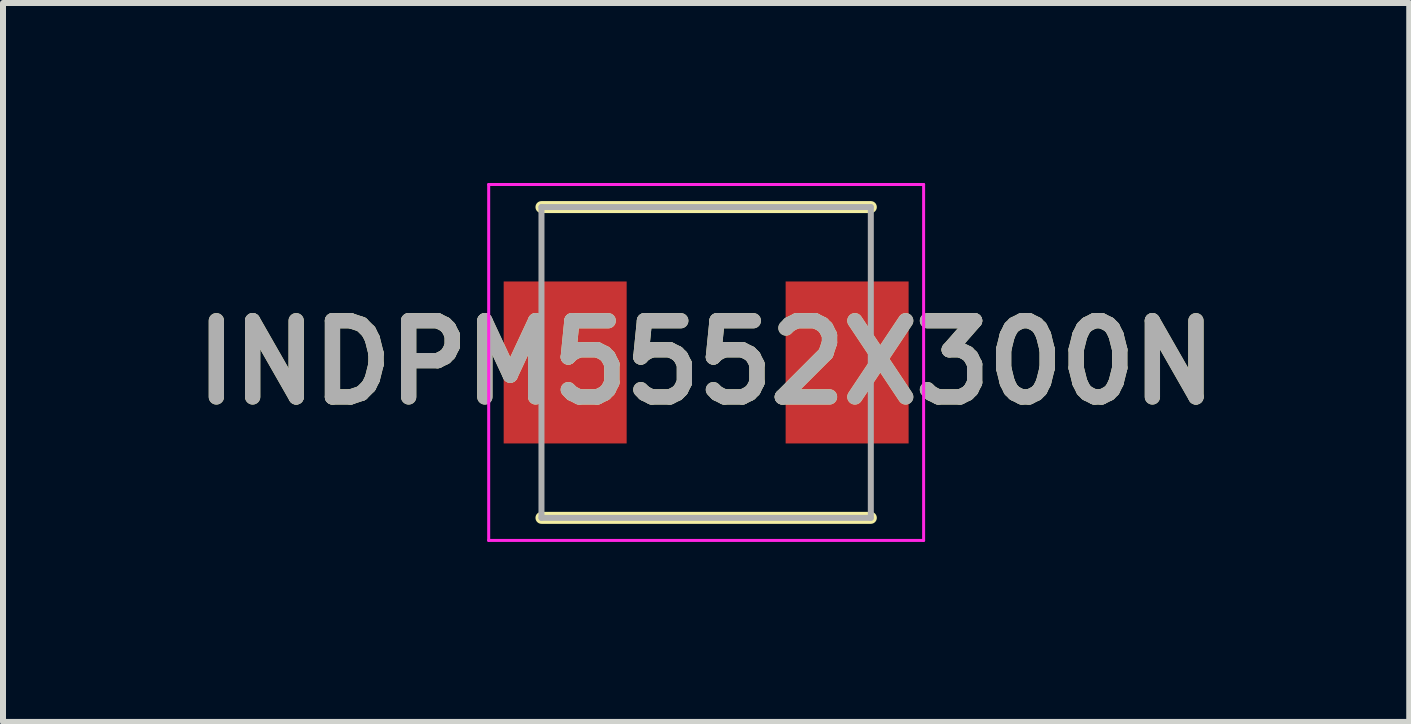
<source format=kicad_pcb>
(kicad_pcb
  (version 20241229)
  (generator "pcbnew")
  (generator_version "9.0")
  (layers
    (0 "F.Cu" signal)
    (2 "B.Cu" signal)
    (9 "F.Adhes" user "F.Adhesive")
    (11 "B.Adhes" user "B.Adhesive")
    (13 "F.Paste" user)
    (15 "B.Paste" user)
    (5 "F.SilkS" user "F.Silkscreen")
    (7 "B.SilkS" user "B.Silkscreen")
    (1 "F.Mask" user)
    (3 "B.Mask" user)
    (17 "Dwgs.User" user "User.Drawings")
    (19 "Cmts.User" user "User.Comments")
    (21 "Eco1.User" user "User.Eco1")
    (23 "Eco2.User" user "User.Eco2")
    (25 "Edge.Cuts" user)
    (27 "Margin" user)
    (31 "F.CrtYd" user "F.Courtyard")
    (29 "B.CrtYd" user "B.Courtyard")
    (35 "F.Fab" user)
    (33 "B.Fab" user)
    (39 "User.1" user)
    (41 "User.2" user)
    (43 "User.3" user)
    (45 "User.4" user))
  (footprint "INDPM5552X300N"
    (layer "F.Cu")
    (at 8.721 2.992)
    (property "Reference" "INDPM5552X300N" (at 0 0 0) (layer "F.SilkS") (effects (font (size 1.27 1.27) (thickness 0.254))))
    (attr smd)
    (fp_line (start -2.745 2.59) (end 2.745 2.59) (stroke (width 0.2) (type solid)) (layer "F.SilkS"))
    (fp_line (start 2.745 -2.59) (end -2.745 -2.59) (stroke (width 0.2) (type solid)) (layer "F.SilkS"))
    (fp_line (start -3.625 -2.967) (end 3.625 -2.967) (stroke (width 0.05) (type solid)) (layer "F.CrtYd"))
    (fp_line (start -3.625 2.967) (end -3.625 -2.967) (stroke (width 0.05) (type solid)) (layer "F.CrtYd"))
    (fp_line (start 3.625 -2.967) (end 3.625 2.967) (stroke (width 0.05) (type solid)) (layer "F.CrtYd"))
    (fp_line (start 3.625 2.967) (end -3.625 2.967) (stroke (width 0.05) (type solid)) (layer "F.CrtYd"))
    (fp_line (start -2.745 -2.59) (end 2.745 -2.59) (stroke (width 0.1) (type solid)) (layer "F.Fab"))
    (fp_line (start -2.745 2.59) (end -2.745 -2.59) (stroke (width 0.1) (type solid)) (layer "F.Fab"))
    (fp_line (start 2.745 -2.59) (end 2.745 2.59) (stroke (width 0.1) (type solid)) (layer "F.Fab"))
    (fp_line (start 2.745 2.59) (end -2.745 2.59) (stroke (width 0.1) (type solid)) (layer "F.Fab"))
    (fp_text user "${REFERENCE}" (at 0 0 0) (layer "F.Fab") (effects (font (size 1.27 1.27) (thickness 0.254))))
    (pad "1" smd rect (at -2.35 0) (size 2.05 2.7) (layers "F.Cu" "F.Mask" "F.Paste"))
    (pad "2" smd rect (at 2.35 0) (size 2.05 2.7) (layers "F.Cu" "F.Mask" "F.Paste")))
  (gr_rect
    (start -3 -3)
    (end 20.441 8.984)
    (stroke (width 0.1) (type default))
    (fill no)
    (layer "Edge.Cuts")))
</source>
